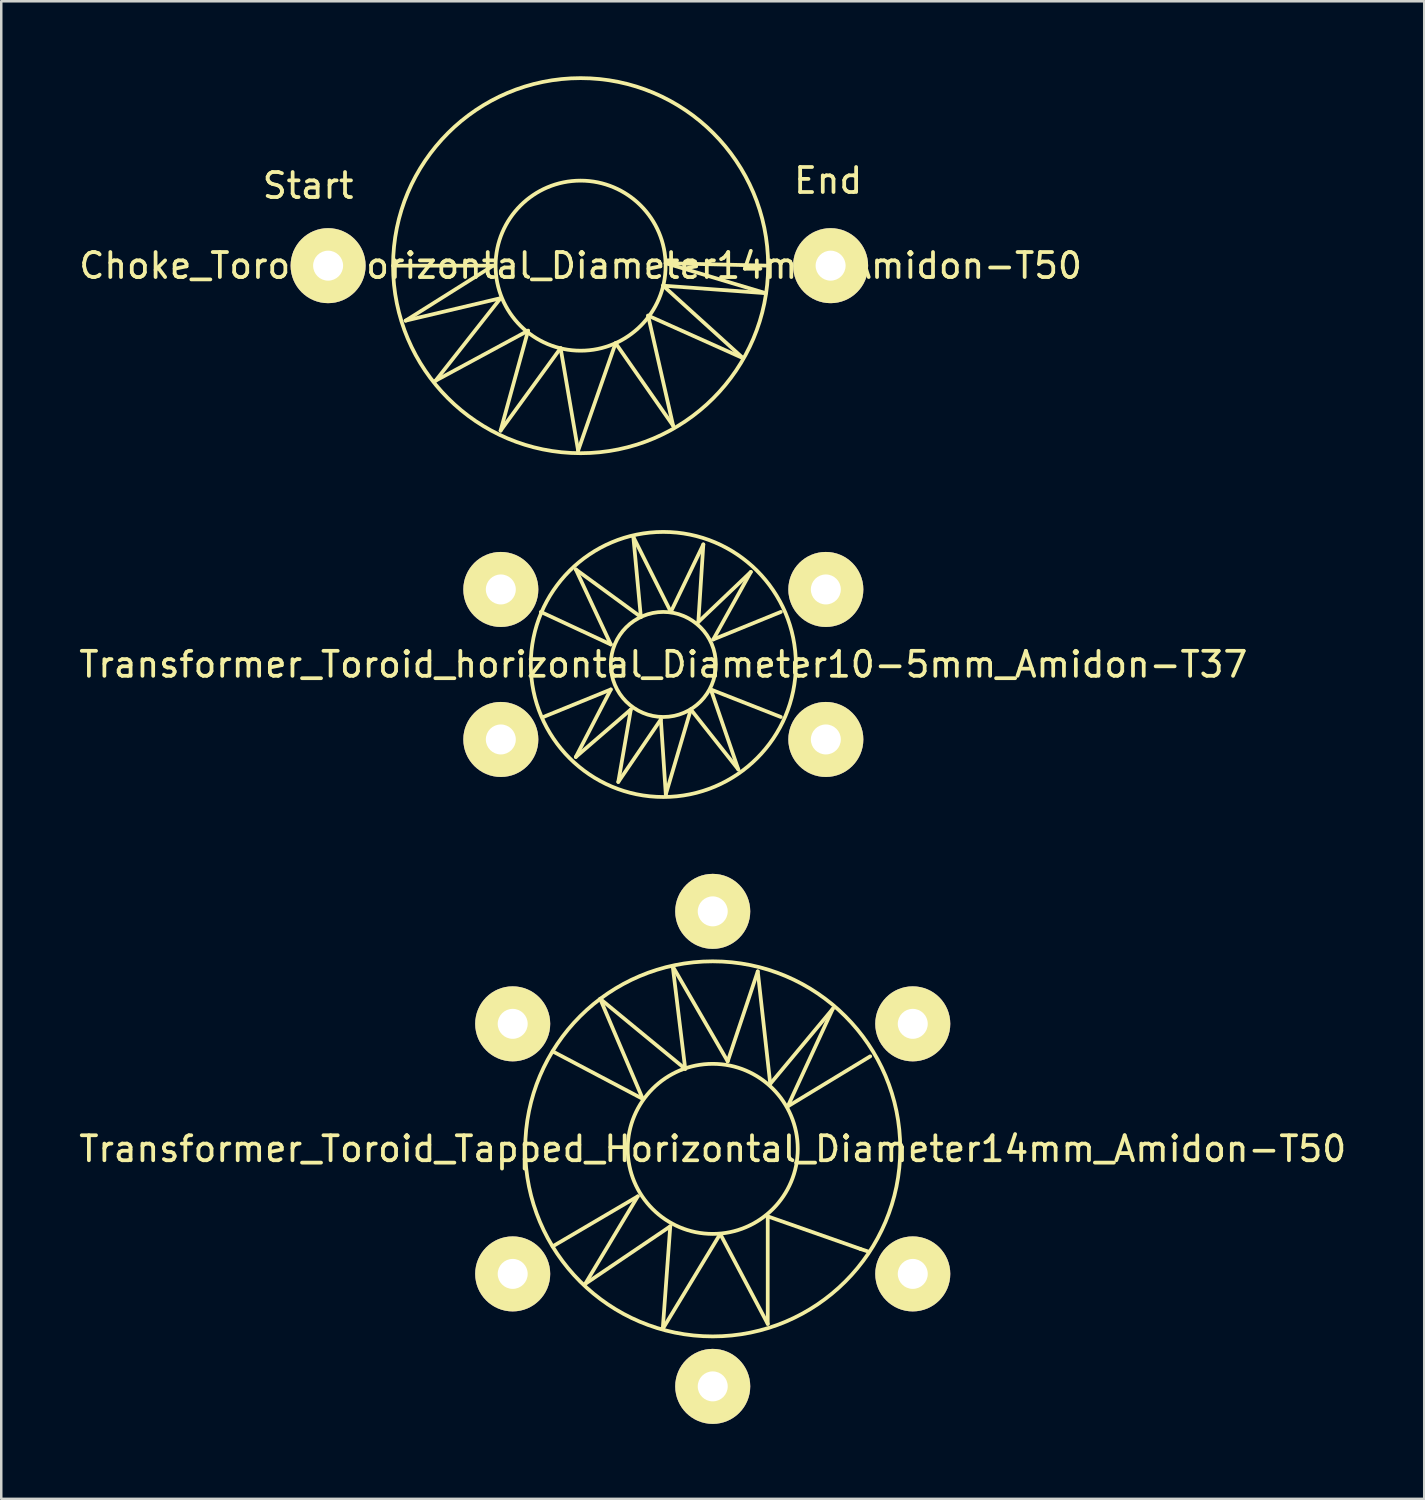
<source format=kicad_pcb>
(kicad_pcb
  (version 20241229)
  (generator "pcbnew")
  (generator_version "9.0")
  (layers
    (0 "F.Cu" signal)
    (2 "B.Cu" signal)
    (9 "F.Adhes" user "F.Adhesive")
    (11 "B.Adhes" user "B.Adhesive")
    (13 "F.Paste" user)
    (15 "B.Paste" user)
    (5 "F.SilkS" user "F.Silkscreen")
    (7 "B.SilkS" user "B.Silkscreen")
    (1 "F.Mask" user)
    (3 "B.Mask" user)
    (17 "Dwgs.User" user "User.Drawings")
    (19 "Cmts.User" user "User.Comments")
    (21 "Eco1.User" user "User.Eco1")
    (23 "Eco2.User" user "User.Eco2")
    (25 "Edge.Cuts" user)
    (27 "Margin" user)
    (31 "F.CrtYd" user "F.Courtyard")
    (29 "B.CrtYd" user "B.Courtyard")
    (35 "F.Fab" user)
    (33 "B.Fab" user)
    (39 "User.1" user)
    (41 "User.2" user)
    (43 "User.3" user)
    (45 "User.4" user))
  (footprint "Transformer_Toroid_Tapped_Horizontal_Diameter14mm_Amidon-T50"
    (layer "F.Cu")
    (at 25.458 42.903)
    (property "Reference" "Transformer_Toroid_Tapped_Horizontal_Diameter14mm_Amidon-T50" (at 0 0 0) (layer "F.SilkS") (effects (font (size 1 1) (thickness 0.15))))
    (attr through_hole)
    (fp_line (start -6.401 -3.899) (end -2.799 -1.999) (stroke (width 0.15) (type solid)) (layer "F.SilkS"))
    (fp_line (start -6.401 3.899) (end -3 1.9) (stroke (width 0.15) (type solid)) (layer "F.SilkS"))
    (fp_line (start -5.1 5.4) (end -1.699 3.099) (stroke (width 0.15) (type solid)) (layer "F.SilkS"))
    (fp_line (start -4.501 -5.999) (end -1.1 -3.2) (stroke (width 0.15) (type solid)) (layer "F.SilkS"))
    (fp_line (start -3 1.9) (end -5.1 5.4) (stroke (width 0.15) (type solid)) (layer "F.SilkS"))
    (fp_line (start -2.799 -1.999) (end -4.501 -5.999) (stroke (width 0.15) (type solid)) (layer "F.SilkS"))
    (fp_line (start -1.999 7.201) (end 0.3 3.401) (stroke (width 0.15) (type solid)) (layer "F.SilkS"))
    (fp_line (start -1.699 3.099) (end -1.999 7.201) (stroke (width 0.15) (type solid)) (layer "F.SilkS"))
    (fp_line (start -1.6 -7.3) (end 0.599 -3.5) (stroke (width 0.15) (type solid)) (layer "F.SilkS"))
    (fp_line (start -1.1 -3.2) (end -1.6 -7.3) (stroke (width 0.15) (type solid)) (layer "F.SilkS"))
    (fp_line (start 0.3 3.401) (end 2.2 7) (stroke (width 0.15) (type solid)) (layer "F.SilkS"))
    (fp_line (start 0.599 -3.5) (end 1.801 -7.099) (stroke (width 0.15) (type solid)) (layer "F.SilkS"))
    (fp_line (start 1.801 -7.099) (end 2.301 -2.601) (stroke (width 0.15) (type solid)) (layer "F.SilkS"))
    (fp_line (start 2.2 2.7) (end 5.9 4) (stroke (width 0.15) (type solid)) (layer "F.SilkS"))
    (fp_line (start 2.2 7) (end 2.2 2.7) (stroke (width 0.15) (type solid)) (layer "F.SilkS"))
    (fp_line (start 2.301 -2.601) (end 4.801 -5.601) (stroke (width 0.15) (type solid)) (layer "F.SilkS"))
    (fp_line (start 3 -1.699) (end 6.299 -3.701) (stroke (width 0.15) (type solid)) (layer "F.SilkS"))
    (fp_line (start 4.801 -5.601) (end 3 -1.699) (stroke (width 0.15) (type solid)) (layer "F.SilkS"))
    (fp_line (start 5.9 4) (end 6.2 4.1) (stroke (width 0.15) (type solid)) (layer "F.SilkS"))
    (fp_circle (center 0 0) (end 3.401 0) (stroke (width 0.15) (type solid)) (fill no) (layer "F.SilkS"))
    (fp_circle (center 0 0) (end 7.501 0) (stroke (width 0.15) (type solid)) (fill no) (layer "F.SilkS"))
    (pad "1" thru_hole circle (at -8.001 5.001) (size 3 3) (drill 1.199) (layers "*.Cu" "*.Mask" "F.SilkS"))
    (pad "2" thru_hole circle (at 0 9.5) (size 3 3) (drill 1.199) (layers "*.Cu" "*.Mask" "F.SilkS"))
    (pad "3" thru_hole circle (at 8.001 5.001) (size 3 3) (drill 1.199) (layers "*.Cu" "*.Mask" "F.SilkS"))
    (pad "4" thru_hole circle (at -8.001 -5.001) (size 3 3) (drill 1.199) (layers "*.Cu" "*.Mask" "F.SilkS"))
    (pad "5" thru_hole circle (at 0 -9.5) (size 3 3) (drill 1.199) (layers "*.Cu" "*.Mask" "F.SilkS"))
    (pad "6" thru_hole circle (at 8.001 -5.001) (size 3 3) (drill 1.199) (layers "*.Cu" "*.Mask" "F.SilkS")))
  (footprint "Choke_Toroid_horizontal_Diameter14mm_Amidon-T50"
    (layer "F.Cu")
    (at 20.173 7.576)
    (property "Reference" "Choke_Toroid_horizontal_Diameter14mm_Amidon-T50" (at 0 0 0) (layer "F.SilkS") (effects (font (size 1 1) (thickness 0.15))))
    (attr through_hole)
    (fp_line (start -7.501 0) (end -3.5 0) (stroke (width 0.15) (type solid)) (layer "F.SilkS"))
    (fp_line (start -7 2.2) (end -3.2 1.3) (stroke (width 0.15) (type solid)) (layer "F.SilkS"))
    (fp_line (start -5.799 4.6) (end -2.101 2.601) (stroke (width 0.15) (type solid)) (layer "F.SilkS"))
    (fp_line (start -3.5 0) (end -7 2.2) (stroke (width 0.15) (type solid)) (layer "F.SilkS"))
    (fp_line (start -3.2 1.3) (end -5.799 4.6) (stroke (width 0.15) (type solid)) (layer "F.SilkS"))
    (fp_line (start -3.2 6.599) (end -0.8 3.299) (stroke (width 0.15) (type solid)) (layer "F.SilkS"))
    (fp_line (start -2.101 2.601) (end -3.2 6.599) (stroke (width 0.15) (type solid)) (layer "F.SilkS"))
    (fp_line (start -0.8 3.299) (end -0.099 7.399) (stroke (width 0.15) (type solid)) (layer "F.SilkS"))
    (fp_line (start -0.099 7.399) (end 1.4 3.099) (stroke (width 0.15) (type solid)) (layer "F.SilkS"))
    (fp_line (start 1.4 3.099) (end 3.701 6.401) (stroke (width 0.15) (type solid)) (layer "F.SilkS"))
    (fp_line (start 2.7 1.999) (end 6.5 3.701) (stroke (width 0.15) (type solid)) (layer "F.SilkS"))
    (fp_line (start 3.299 0.8) (end 7.399 1.1) (stroke (width 0.15) (type solid)) (layer "F.SilkS"))
    (fp_line (start 3.401 -0.099) (end 7.501 0) (stroke (width 0.15) (type solid)) (layer "F.SilkS"))
    (fp_line (start 3.701 6.401) (end 2.7 1.999) (stroke (width 0.15) (type solid)) (layer "F.SilkS"))
    (fp_line (start 6.5 3.701) (end 3.299 0.8) (stroke (width 0.15) (type solid)) (layer "F.SilkS"))
    (fp_line (start 7.399 1.1) (end 3.401 -0.099) (stroke (width 0.15) (type solid)) (layer "F.SilkS"))
    (fp_circle (center 0 0) (end 3.401 0) (stroke (width 0.15) (type solid)) (fill no) (layer "F.SilkS"))
    (fp_circle (center 0 0) (end 7.501 0) (stroke (width 0.15) (type solid)) (fill no) (layer "F.SilkS"))
    (fp_text user "End" (at 9.901 -3.401 0) (layer "F.SilkS") (effects (font (size 1 1) (thickness 0.15))))
    (fp_text user "Start" (at -10.899 -3.2 0) (layer "F.SilkS") (effects (font (size 1 1) (thickness 0.15))))
    (pad "1" thru_hole circle (at -10.099 0) (size 3 3) (drill 1.199) (layers "*.Cu" "*.Mask" "F.SilkS"))
    (pad "2" thru_hole circle (at 10 0) (size 3 3) (drill 1.199) (layers "*.Cu" "*.Mask" "F.SilkS")))
  (footprint "Transformer_Toroid_horizontal_Diameter10-5mm_Amidon-T37"
    (layer "F.Cu")
    (at 23.482 23.527)
    (property "Reference" "Transformer_Toroid_horizontal_Diameter10-5mm_Amidon-T37" (at 0 0 0) (layer "F.SilkS") (effects (font (size 1 1) (thickness 0.15))))
    (attr through_hole)
    (fp_line (start -4.9 -2.101) (end -2.101 -0.8) (stroke (width 0.15) (type solid)) (layer "F.SilkS"))
    (fp_line (start -4.801 2.101) (end -2.101 1.001) (stroke (width 0.15) (type solid)) (layer "F.SilkS"))
    (fp_line (start -3.5 -3.8) (end -0.899 -1.9) (stroke (width 0.15) (type solid)) (layer "F.SilkS"))
    (fp_line (start -3.5 3.701) (end -1.3 1.801) (stroke (width 0.15) (type solid)) (layer "F.SilkS"))
    (fp_line (start -2.101 -0.8) (end -3.5 -3.8) (stroke (width 0.15) (type solid)) (layer "F.SilkS"))
    (fp_line (start -2.101 1.001) (end -3.5 3.701) (stroke (width 0.15) (type solid)) (layer "F.SilkS"))
    (fp_line (start -1.801 4.699) (end -0.099 2.2) (stroke (width 0.15) (type solid)) (layer "F.SilkS"))
    (fp_line (start -1.3 1.801) (end -1.801 4.699) (stroke (width 0.15) (type solid)) (layer "F.SilkS"))
    (fp_line (start -1.199 -5.1) (end 0.3 -2.101) (stroke (width 0.15) (type solid)) (layer "F.SilkS"))
    (fp_line (start -0.899 -1.9) (end -1.199 -5.1) (stroke (width 0.15) (type solid)) (layer "F.SilkS"))
    (fp_line (start -0.099 2.2) (end 0.099 5.199) (stroke (width 0.15) (type solid)) (layer "F.SilkS"))
    (fp_line (start 0.099 5.199) (end 1.1 1.801) (stroke (width 0.15) (type solid)) (layer "F.SilkS"))
    (fp_line (start 0.3 -2.101) (end 1.6 -4.801) (stroke (width 0.15) (type solid)) (layer "F.SilkS"))
    (fp_line (start 1.1 1.801) (end 3 4.201) (stroke (width 0.15) (type solid)) (layer "F.SilkS"))
    (fp_line (start 1.4 -1.699) (end 3.5 -3.701) (stroke (width 0.15) (type solid)) (layer "F.SilkS"))
    (fp_line (start 1.6 -4.801) (end 1.4 -1.699) (stroke (width 0.15) (type solid)) (layer "F.SilkS"))
    (fp_line (start 1.9 1.001) (end 4.699 2.101) (stroke (width 0.15) (type solid)) (layer "F.SilkS"))
    (fp_line (start 1.999 -1.001) (end 4.699 -2.101) (stroke (width 0.15) (type solid)) (layer "F.SilkS"))
    (fp_line (start 3 4.201) (end 1.9 1.001) (stroke (width 0.15) (type solid)) (layer "F.SilkS"))
    (fp_line (start 3.5 -3.701) (end 1.999 -1.001) (stroke (width 0.15) (type solid)) (layer "F.SilkS"))
    (fp_circle (center 0 0) (end 2.101 0) (stroke (width 0.15) (type solid)) (fill no) (layer "F.SilkS"))
    (fp_circle (center 0 0) (end 5.301 0) (stroke (width 0.15) (type solid)) (fill no) (layer "F.SilkS"))
    (pad "1" thru_hole circle (at -6.5 3) (size 3 3) (drill 1.199) (layers "*.Cu" "*.Mask" "F.SilkS"))
    (pad "2" thru_hole circle (at 6.5 3) (size 3 3) (drill 1.199) (layers "*.Cu" "*.Mask" "F.SilkS"))
    (pad "3" thru_hole circle (at -6.5 -3) (size 3 3) (drill 1.199) (layers "*.Cu" "*.Mask" "F.SilkS"))
    (pad "4" thru_hole circle (at 6.5 -3) (size 3 3) (drill 1.199) (layers "*.Cu" "*.Mask" "F.SilkS")))
  (gr_rect
    (start -3 -3)
    (end 53.917 56.902)
    (stroke (width 0.1) (type default))
    (fill no)
    (layer "Edge.Cuts")))
</source>
